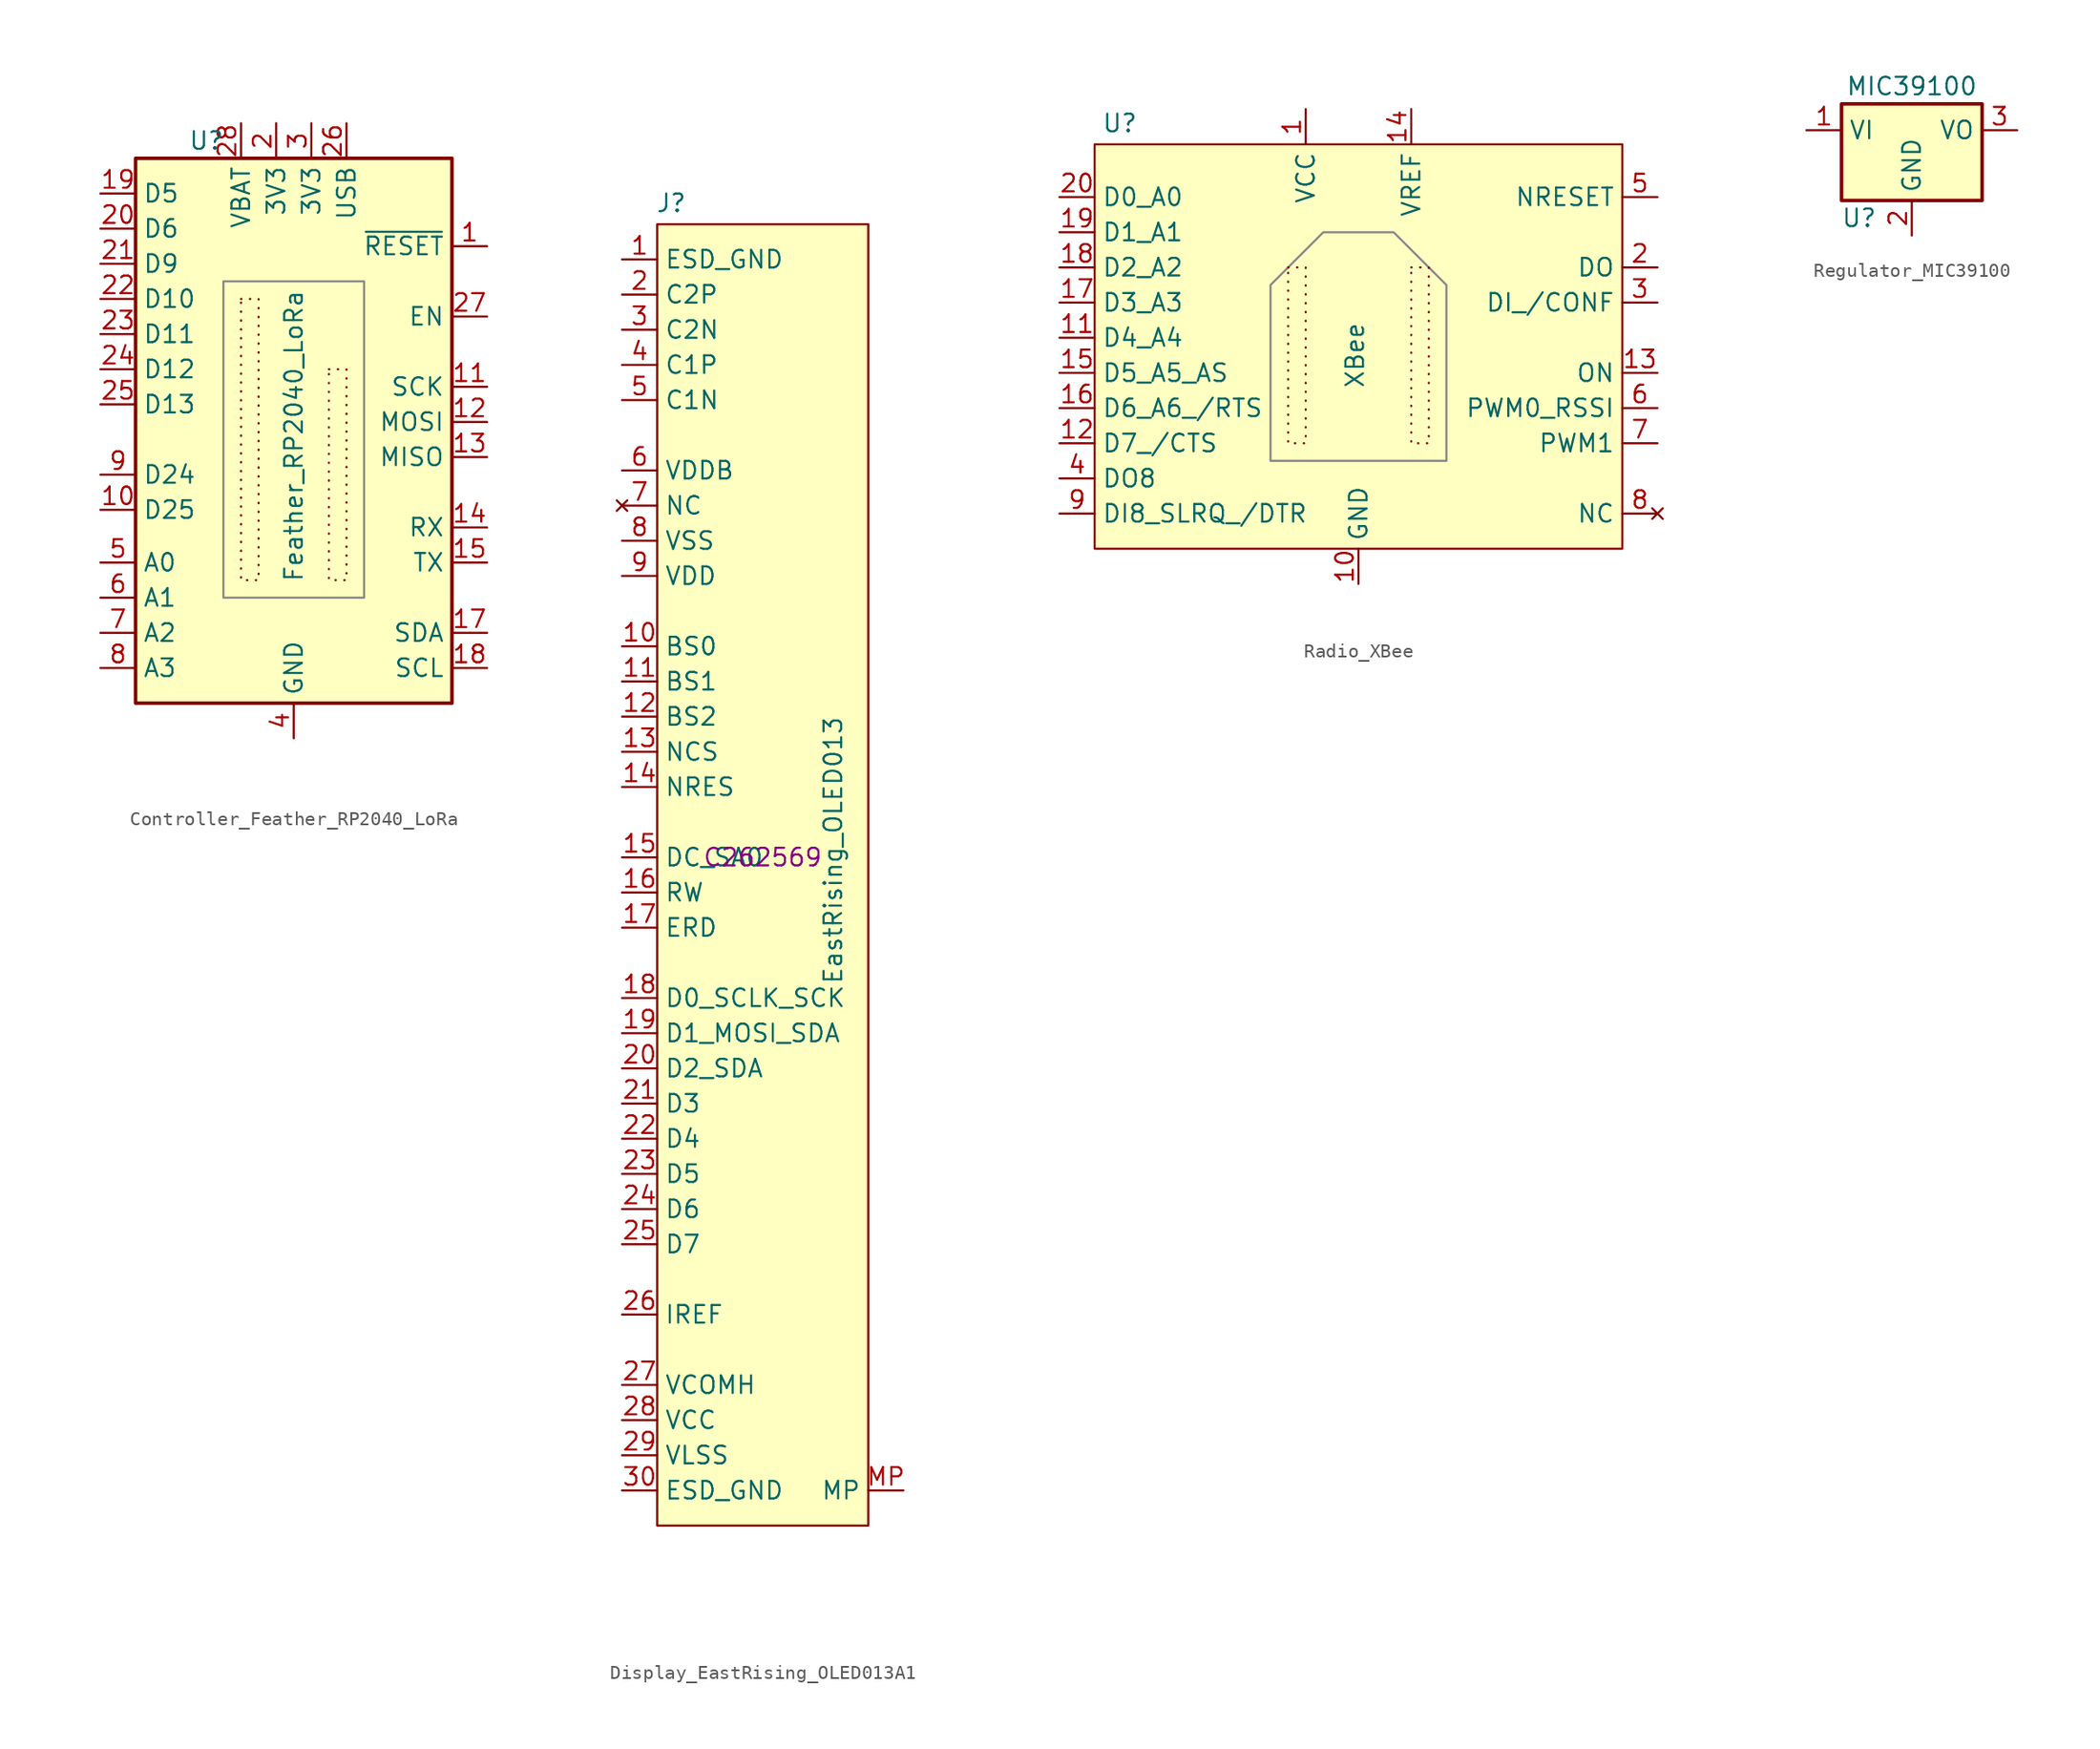
<source format=kicad_sym>
(kicad_symbol_lib
  (version 20231120)
  (generator "kicad_symbol_editor")
  (generator_version "8.0")
  (symbol "Controller_Feather_RP2040_LoRa"
    (property "Reference" "U"
      (at -7.62 20.32 0)
      (effects (font (size 1.27 1.27)) (justify left)))
    (property "Value" "Feather_RP2040_LoRa"
      (at 0 -1.016 90)
      (effects (font (size 1.27 1.27))))
    (symbol "Controller_Feather_RP2040_LoRa_0_1"
      (rectangle (start -11.43 19.05) (end 11.43 -20.32) (stroke (width 0.254) (type default)) (fill (type background))))
    (symbol "Controller_Feather_RP2040_LoRa_1_1"
      (rectangle (start -5.08 10.16) (end 5.08 -12.7) (stroke (width 0) (type default) (color 136 136 136 1)) (fill (type none)))
      (rectangle (start -3.81 8.89) (end -2.54 -11.43) (stroke (width 0) (type dot)) (fill (type none)))
      (rectangle (start 2.54 3.81) (end 3.81 -11.43) (stroke (width 0) (type dot)) (fill (type none)))
      (pin input line (at 13.97 12.7 180) (length 2.54) (name "~{RESET}" (effects (font (size 1.27 1.27)))) (number "1" (effects (font (size 1.27 1.27)))))
      (pin bidirectional line (at -13.97 -6.35 0) (length 2.54) (name "D25" (effects (font (size 1.27 1.27)))) (number "10" (effects (font (size 1.27 1.27)))))
      (pin bidirectional line (at 13.97 2.54 180) (length 2.54) (name "SCK" (effects (font (size 1.27 1.27)))) (number "11" (effects (font (size 1.27 1.27)))))
      (pin bidirectional line (at 13.97 0 180) (length 2.54) (name "MOSI" (effects (font (size 1.27 1.27)))) (number "12" (effects (font (size 1.27 1.27)))))
      (pin bidirectional line (at 13.97 -2.54 180) (length 2.54) (name "MISO" (effects (font (size 1.27 1.27)))) (number "13" (effects (font (size 1.27 1.27)))))
      (pin bidirectional line (at 13.97 -7.62 180) (length 2.54) (name "RX" (effects (font (size 1.27 1.27)))) (number "14" (effects (font (size 1.27 1.27)))))
      (pin bidirectional line (at 13.97 -10.16 180) (length 2.54) (name "TX" (effects (font (size 1.27 1.27)))) (number "15" (effects (font (size 1.27 1.27)))))
      (pin power_in line (at 0 -22.86 90) (length 2.54) hide (name "GND" (effects (font (size 1.27 1.27)))) (number "16" (effects (font (size 1.27 1.27)))))
      (pin bidirectional line (at 13.97 -15.24 180) (length 2.54) (name "SDA" (effects (font (size 1.27 1.27)))) (number "17" (effects (font (size 1.27 1.27)))))
      (pin bidirectional line (at 13.97 -17.78 180) (length 2.54) (name "SCL" (effects (font (size 1.27 1.27)))) (number "18" (effects (font (size 1.27 1.27)))))
      (pin bidirectional line (at -13.97 16.51 0) (length 2.54) (name "D5" (effects (font (size 1.27 1.27)))) (number "19" (effects (font (size 1.27 1.27)))))
      (pin power_out line (at -1.27 21.59 270) (length 2.54) (name "3V3" (effects (font (size 1.27 1.27)))) (number "2" (effects (font (size 1.27 1.27)))))
      (pin bidirectional line (at -13.97 13.97 0) (length 2.54) (name "D6" (effects (font (size 1.27 1.27)))) (number "20" (effects (font (size 1.27 1.27)))))
      (pin bidirectional line (at -13.97 11.43 0) (length 2.54) (name "D9" (effects (font (size 1.27 1.27)))) (number "21" (effects (font (size 1.27 1.27)))))
      (pin bidirectional line (at -13.97 8.89 0) (length 2.54) (name "D10" (effects (font (size 1.27 1.27)))) (number "22" (effects (font (size 1.27 1.27)))))
      (pin bidirectional line (at -13.97 6.35 0) (length 2.54) (name "D11" (effects (font (size 1.27 1.27)))) (number "23" (effects (font (size 1.27 1.27)))))
      (pin bidirectional line (at -13.97 3.81 0) (length 2.54) (name "D12" (effects (font (size 1.27 1.27)))) (number "24" (effects (font (size 1.27 1.27)))))
      (pin bidirectional line (at -13.97 1.27 0) (length 2.54) (name "D13" (effects (font (size 1.27 1.27)))) (number "25" (effects (font (size 1.27 1.27)))))
      (pin power_out line (at 3.81 21.59 270) (length 2.54) (name "USB" (effects (font (size 1.27 1.27)))) (number "26" (effects (font (size 1.27 1.27)))))
      (pin input line (at 13.97 7.62 180) (length 2.54) (name "EN" (effects (font (size 1.27 1.27)))) (number "27" (effects (font (size 1.27 1.27)))))
      (pin power_in line (at -3.81 21.59 270) (length 2.54) (name "VBAT" (effects (font (size 1.27 1.27)))) (number "28" (effects (font (size 1.27 1.27)))))
      (pin power_out line (at 1.27 21.59 270) (length 2.54) (name "3V3" (effects (font (size 1.27 1.27)))) (number "3" (effects (font (size 1.27 1.27)))))
      (pin power_in line (at 0 -22.86 90) (length 2.54) (name "GND" (effects (font (size 1.27 1.27)))) (number "4" (effects (font (size 1.27 1.27)))))
      (pin bidirectional line (at -13.97 -10.16 0) (length 2.54) (name "A0" (effects (font (size 1.27 1.27)))) (number "5" (effects (font (size 1.27 1.27)))))
      (pin bidirectional line (at -13.97 -12.7 0) (length 2.54) (name "A1" (effects (font (size 1.27 1.27)))) (number "6" (effects (font (size 1.27 1.27)))))
      (pin bidirectional line (at -13.97 -15.24 0) (length 2.54) (name "A2" (effects (font (size 1.27 1.27)))) (number "7" (effects (font (size 1.27 1.27)))))
      (pin bidirectional line (at -13.97 -17.78 0) (length 2.54) (name "A3" (effects (font (size 1.27 1.27)))) (number "8" (effects (font (size 1.27 1.27)))))
      (pin bidirectional line (at -13.97 -3.81 0) (length 2.54) (name "D24" (effects (font (size 1.27 1.27)))) (number "9" (effects (font (size 1.27 1.27)))))))
  (symbol "Display_EastRising_OLED013A1"
    (property "Reference" "J"
      (at -6.604 47.244 0)
      (effects (font (size 1.27 1.27))))
    (property "Value" "EastRising_OLED013"
      (at 5.08 0.508 90)
      (effects (font (size 1.27 1.27))))
    (property "LCSC#" "C262569"
      (at 0 0 0)
      (effects (font (size 1.27 1.27))))
    (symbol "Display_EastRising_OLED013A1_1_1"
      (rectangle (start -7.62 45.72) (end 7.62 -48.26) (stroke (width 0) (type default)) (fill (type background)))
      (pin power_in line (at -10.16 43.18 0) (length 2.54) (name "ESD_GND" (effects (font (size 1.27 1.27)))) (number "1" (effects (font (size 1.27 1.27)))))
      (pin input line (at -10.16 15.24 0) (length 2.54) (name "BS0" (effects (font (size 1.27 1.27)))) (number "10" (effects (font (size 1.27 1.27)))))
      (pin input line (at -10.16 12.7 0) (length 2.54) (name "BS1" (effects (font (size 1.27 1.27)))) (number "11" (effects (font (size 1.27 1.27)))))
      (pin input line (at -10.16 10.16 0) (length 2.54) (name "BS2" (effects (font (size 1.27 1.27)))) (number "12" (effects (font (size 1.27 1.27)))))
      (pin input line (at -10.16 7.62 0) (length 2.54) (name "NCS" (effects (font (size 1.27 1.27)))) (number "13" (effects (font (size 1.27 1.27)))))
      (pin input line (at -10.16 5.08 0) (length 2.54) (name "NRES" (effects (font (size 1.27 1.27)))) (number "14" (effects (font (size 1.27 1.27)))))
      (pin input line (at -10.16 0 0) (length 2.54) (name "DC_SA0" (effects (font (size 1.27 1.27)))) (number "15" (effects (font (size 1.27 1.27)))))
      (pin input line (at -10.16 -2.54 0) (length 2.54) (name "RW" (effects (font (size 1.27 1.27)))) (number "16" (effects (font (size 1.27 1.27)))))
      (pin input line (at -10.16 -5.08 0) (length 2.54) (name "ERD" (effects (font (size 1.27 1.27)))) (number "17" (effects (font (size 1.27 1.27)))))
      (pin bidirectional line (at -10.16 -10.16 0) (length 2.54) (name "D0_SCLK_SCK" (effects (font (size 1.27 1.27)))) (number "18" (effects (font (size 1.27 1.27)))))
      (pin bidirectional line (at -10.16 -12.7 0) (length 2.54) (name "D1_MOSI_SDA" (effects (font (size 1.27 1.27)))) (number "19" (effects (font (size 1.27 1.27)))))
      (pin passive line (at -10.16 40.64 0) (length 2.54) (name "C2P" (effects (font (size 1.27 1.27)))) (number "2" (effects (font (size 1.27 1.27)))))
      (pin bidirectional line (at -10.16 -15.24 0) (length 2.54) (name "D2_SDA" (effects (font (size 1.27 1.27)))) (number "20" (effects (font (size 1.27 1.27)))))
      (pin bidirectional line (at -10.16 -17.78 0) (length 2.54) (name "D3" (effects (font (size 1.27 1.27)))) (number "21" (effects (font (size 1.27 1.27)))))
      (pin bidirectional line (at -10.16 -20.32 0) (length 2.54) (name "D4" (effects (font (size 1.27 1.27)))) (number "22" (effects (font (size 1.27 1.27)))))
      (pin bidirectional line (at -10.16 -22.86 0) (length 2.54) (name "D5" (effects (font (size 1.27 1.27)))) (number "23" (effects (font (size 1.27 1.27)))))
      (pin bidirectional line (at -10.16 -25.4 0) (length 2.54) (name "D6" (effects (font (size 1.27 1.27)))) (number "24" (effects (font (size 1.27 1.27)))))
      (pin bidirectional line (at -10.16 -27.94 0) (length 2.54) (name "D7" (effects (font (size 1.27 1.27)))) (number "25" (effects (font (size 1.27 1.27)))))
      (pin passive line (at -10.16 -33.02 0) (length 2.54) (name "IREF" (effects (font (size 1.27 1.27)))) (number "26" (effects (font (size 1.27 1.27)))))
      (pin input line (at -10.16 -38.1 0) (length 2.54) (name "VCOMH" (effects (font (size 1.27 1.27)))) (number "27" (effects (font (size 1.27 1.27)))))
      (pin passive line (at -10.16 -40.64 0) (length 2.54) (name "VCC" (effects (font (size 1.27 1.27)))) (number "28" (effects (font (size 1.27 1.27)))))
      (pin power_in line (at -10.16 -43.18 0) (length 2.54) (name "VLSS" (effects (font (size 1.27 1.27)))) (number "29" (effects (font (size 1.27 1.27)))))
      (pin passive line (at -10.16 38.1 0) (length 2.54) (name "C2N" (effects (font (size 1.27 1.27)))) (number "3" (effects (font (size 1.27 1.27)))))
      (pin power_in line (at -10.16 -45.72 0) (length 2.54) (name "ESD_GND" (effects (font (size 1.27 1.27)))) (number "30" (effects (font (size 1.27 1.27)))))
      (pin passive line (at -10.16 35.56 0) (length 2.54) (name "C1P" (effects (font (size 1.27 1.27)))) (number "4" (effects (font (size 1.27 1.27)))))
      (pin passive line (at -10.16 33.02 0) (length 2.54) (name "C1N" (effects (font (size 1.27 1.27)))) (number "5" (effects (font (size 1.27 1.27)))))
      (pin power_in line (at -10.16 27.94 0) (length 2.54) (name "VDDB" (effects (font (size 1.27 1.27)))) (number "6" (effects (font (size 1.27 1.27)))))
      (pin no_connect line (at -10.16 25.4 0) (length 2.54) (name "NC" (effects (font (size 1.27 1.27)))) (number "7" (effects (font (size 1.27 1.27)))))
      (pin power_in line (at -10.16 22.86 0) (length 2.54) (name "VSS" (effects (font (size 1.27 1.27)))) (number "8" (effects (font (size 1.27 1.27)))))
      (pin power_in line (at -10.16 20.32 0) (length 2.54) (name "VDD" (effects (font (size 1.27 1.27)))) (number "9" (effects (font (size 1.27 1.27)))))
      (pin passive line (at 10.16 -45.72 180) (length 2.54) (name "MP" (effects (font (size 1.27 1.27)))) (number "MP" (effects (font (size 1.27 1.27)))))))
  (symbol "Radio_XBee"
    (property "Reference" "U"
      (at -18.542 16.764 0)
      (effects (font (size 1.27 1.27)) (justify left)))
    (property "Value" "XBee"
      (at -0.254 0 90)
      (effects (font (size 1.27 1.27))))
    (symbol "Radio_XBee_1_1"
      (rectangle (start -19.05 15.24) (end 19.05 -13.97) (stroke (width 0) (type default)) (fill (type background)))
      (rectangle (start -5.08 6.35) (end -3.81 -6.35) (stroke (width 0) (type dot)) (fill (type none)))
      (polyline (pts (xy -6.35 -7.62) (xy -6.35 5.08) (xy -2.54 8.89) (xy 2.54 8.89) (xy 6.35 5.08) (xy 6.35 -7.62) (xy -6.35 -7.62)) (stroke (width 0) (type default) (color 136 136 136 1)) (fill (type none)))
      (rectangle (start 3.81 6.35) (end 5.08 -6.35) (stroke (width 0) (type dot)) (fill (type none)))
      (pin power_in line (at -3.81 17.78 270) (length 2.54) (name "VCC" (effects (font (size 1.27 1.27)))) (number "1" (effects (font (size 1.27 1.27)))))
      (pin power_in line (at 0 -16.51 90) (length 2.54) (name "GND" (effects (font (size 1.27 1.27)))) (number "10" (effects (font (size 1.27 1.27)))))
      (pin bidirectional line (at -21.59 1.27 0) (length 2.54) (name "D4_A4" (effects (font (size 1.27 1.27)))) (number "11" (effects (font (size 1.27 1.27)))))
      (pin bidirectional line (at -21.59 -6.35 0) (length 2.54) (name "D7_/CTS" (effects (font (size 1.27 1.27)))) (number "12" (effects (font (size 1.27 1.27)))))
      (pin output line (at 21.59 -1.27 180) (length 2.54) (name "ON" (effects (font (size 1.27 1.27)))) (number "13" (effects (font (size 1.27 1.27)))))
      (pin power_in line (at 3.81 17.78 270) (length 2.54) (name "VREF" (effects (font (size 1.27 1.27)))) (number "14" (effects (font (size 1.27 1.27)))))
      (pin bidirectional line (at -21.59 -1.27 0) (length 2.54) (name "D5_A5_AS" (effects (font (size 1.27 1.27)))) (number "15" (effects (font (size 1.27 1.27)))))
      (pin bidirectional line (at -21.59 -3.81 0) (length 2.54) (name "D6_A6_/RTS" (effects (font (size 1.27 1.27)))) (number "16" (effects (font (size 1.27 1.27)))))
      (pin bidirectional line (at -21.59 3.81 0) (length 2.54) (name "D3_A3" (effects (font (size 1.27 1.27)))) (number "17" (effects (font (size 1.27 1.27)))))
      (pin bidirectional line (at -21.59 6.35 0) (length 2.54) (name "D2_A2" (effects (font (size 1.27 1.27)))) (number "18" (effects (font (size 1.27 1.27)))))
      (pin bidirectional line (at -21.59 8.89 0) (length 2.54) (name "D1_A1" (effects (font (size 1.27 1.27)))) (number "19" (effects (font (size 1.27 1.27)))))
      (pin output line (at 21.59 6.35 180) (length 2.54) (name "DO" (effects (font (size 1.27 1.27)))) (number "2" (effects (font (size 1.27 1.27)))))
      (pin bidirectional line (at -21.59 11.43 0) (length 2.54) (name "D0_A0" (effects (font (size 1.27 1.27)))) (number "20" (effects (font (size 1.27 1.27)))))
      (pin input line (at 21.59 3.81 180) (length 2.54) (name "DI_/CONF" (effects (font (size 1.27 1.27)))) (number "3" (effects (font (size 1.27 1.27)))))
      (pin output line (at -21.59 -8.89 0) (length 2.54) (name "DO8" (effects (font (size 1.27 1.27)))) (number "4" (effects (font (size 1.27 1.27)))))
      (pin input line (at 21.59 11.43 180) (length 2.54) (name "NRESET" (effects (font (size 1.27 1.27)))) (number "5" (effects (font (size 1.27 1.27)))))
      (pin output line (at 21.59 -3.81 180) (length 2.54) (name "PWM0_RSSI" (effects (font (size 1.27 1.27)))) (number "6" (effects (font (size 1.27 1.27)))))
      (pin output line (at 21.59 -6.35 180) (length 2.54) (name "PWM1" (effects (font (size 1.27 1.27)))) (number "7" (effects (font (size 1.27 1.27)))))
      (pin no_connect line (at 21.59 -11.43 180) (length 2.54) (name "NC" (effects (font (size 1.27 1.27)))) (number "8" (effects (font (size 1.27 1.27)))))
      (pin input line (at -21.59 -11.43 0) (length 2.54) (name "DI8_SLRQ_/DTR" (effects (font (size 1.27 1.27)))) (number "9" (effects (font (size 1.27 1.27)))))))
  (symbol "Regulator_MIC39100"
    (property "Reference" "U"
      (at -3.81 -6.35 0)
      (effects (font (size 1.27 1.27))))
    (property "Value" "MIC39100"
      (at 0 3.175 0)
      (effects (font (size 1.27 1.27))))
    (symbol "Regulator_MIC39100_0_1"
      (rectangle (start -5.08 -5.08) (end 5.08 1.905) (stroke (width 0.254) (type default)) (fill (type background))))
    (symbol "Regulator_MIC39100_1_1"
      (pin power_in line (at -7.62 0 0) (length 2.54) (name "VI" (effects (font (size 1.27 1.27)))) (number "1" (effects (font (size 1.27 1.27)))))
      (pin power_in line (at 0 -7.62 90) (length 2.54) (name "GND" (effects (font (size 1.27 1.27)))) (number "2" (effects (font (size 1.27 1.27)))))
      (pin power_out line (at 7.62 0 180) (length 2.54) (name "VO" (effects (font (size 1.27 1.27)))) (number "3" (effects (font (size 1.27 1.27))))))))
</source>
